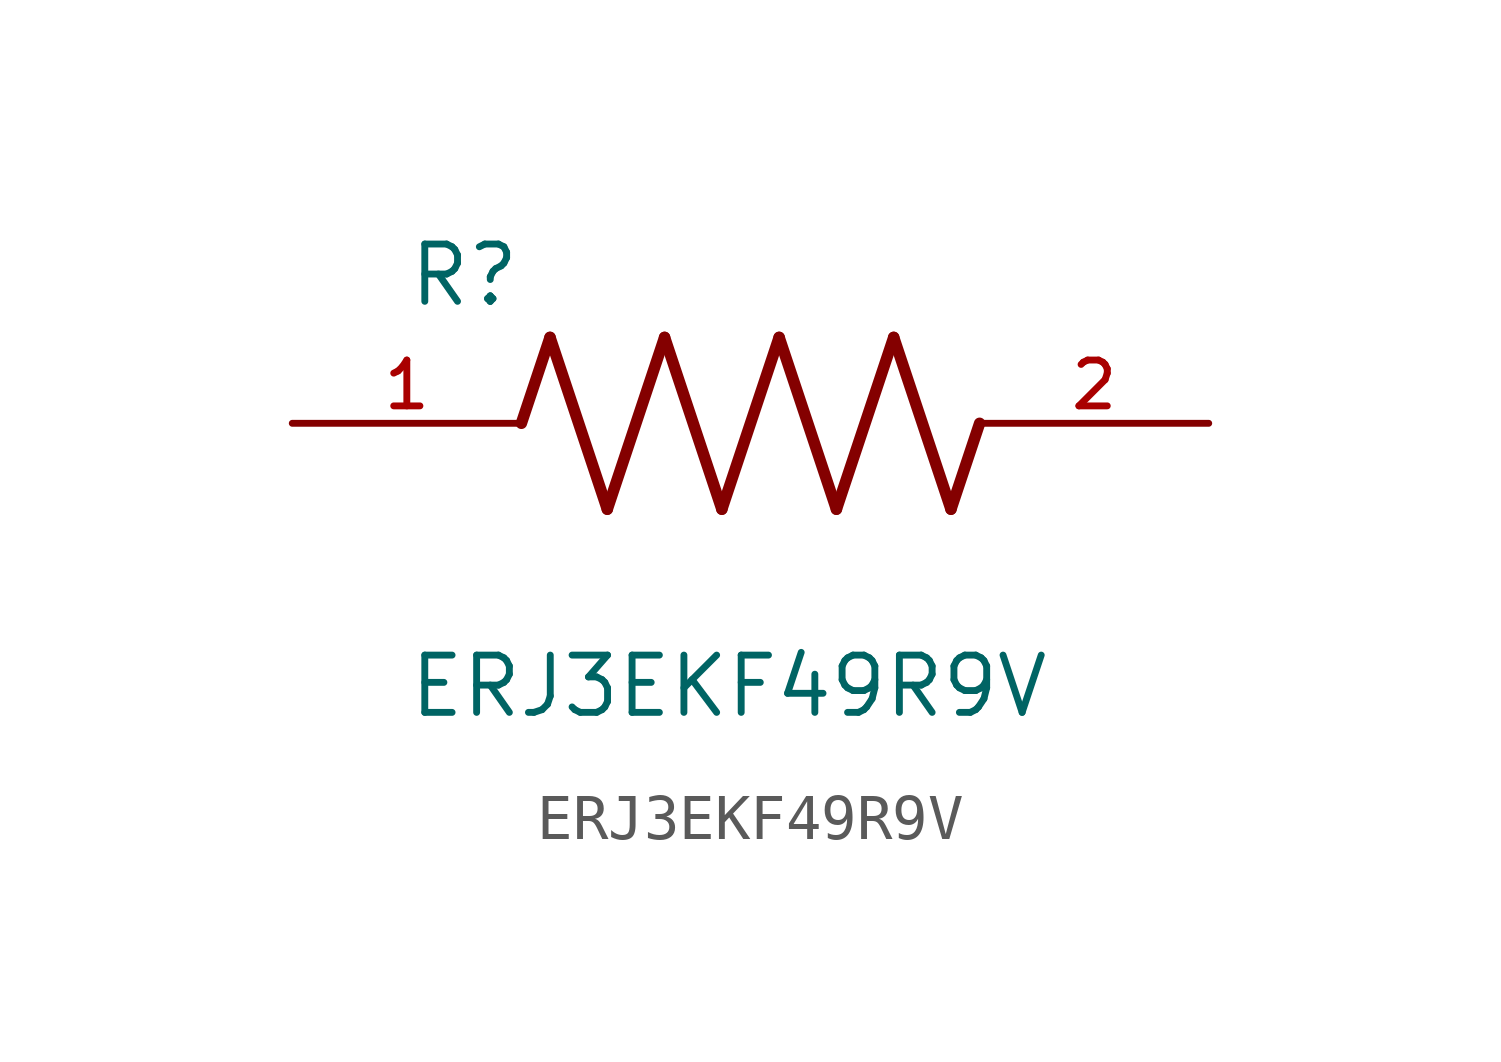
<source format=kicad_sym>
(kicad_symbol_lib
  (version 20211014)
  (generator kicad_symbol_editor)
  (symbol "ERJ3EKF49R9V"
    (pin_names
      (offset 1.016))
    (property "Reference" "R"
      (at -7.624 2.541 0)
      (effects (font (size 1.27 1.27)) (justify bottom left)))
    (property "Value" "ERJ3EKF49R9V"
      (at -7.624 -5.087 0)
      (effects (font (size 1.27 1.27)) (justify top left)))
    (symbol "ERJ3EKF49R9V_0_0"
      (polyline (pts (xy -5.08 0.0) (xy -4.445 1.905)) (stroke (width 0.254)))
      (polyline (pts (xy -4.445 1.905) (xy -3.175 -1.905)) (stroke (width 0.254)))
      (polyline (pts (xy -3.175 -1.905) (xy -1.905 1.905)) (stroke (width 0.254)))
      (polyline (pts (xy -1.905 1.905) (xy -0.635 -1.905)) (stroke (width 0.254)))
      (polyline (pts (xy -0.635 -1.905) (xy 0.635 1.905)) (stroke (width 0.254)))
      (polyline (pts (xy 0.635 1.905) (xy 1.905 -1.905)) (stroke (width 0.254)))
      (polyline (pts (xy 1.905 -1.905) (xy 3.175 1.905)) (stroke (width 0.254)))
      (polyline (pts (xy 3.175 1.905) (xy 4.445 -1.905)) (stroke (width 0.254)))
      (polyline (pts (xy 4.445 -1.905) (xy 5.08 0.0)) (stroke (width 0.254)))
      (pin passive line (at -10.16 0.0 0) (length 5.08) (name "~" (effects (font (size 1.016 1.016)))) (number "1" (effects (font (size 1.016 1.016)))))
      (pin passive line (at 10.16 0.0 180.0) (length 5.08) (name "~" (effects (font (size 1.016 1.016)))) (number "2" (effects (font (size 1.016 1.016))))))))
</source>
